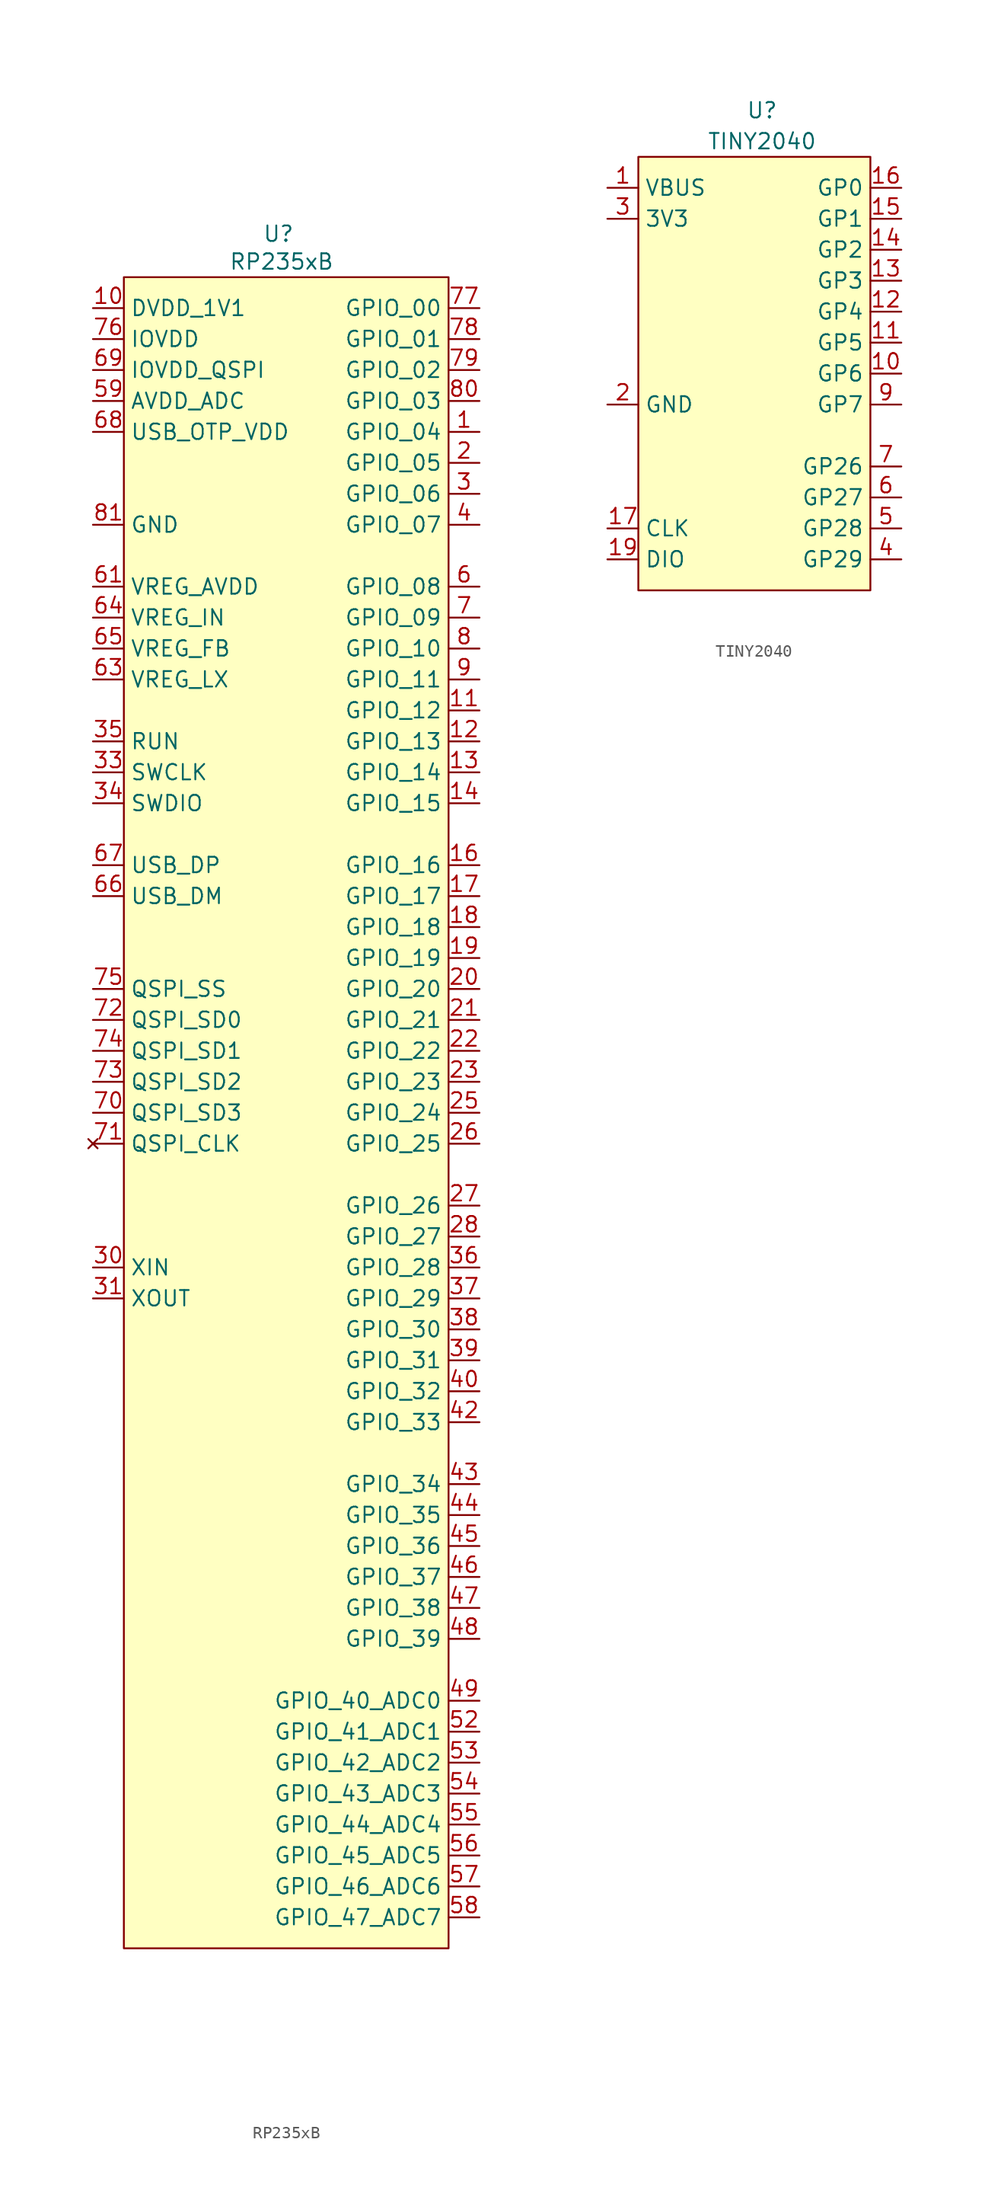
<source format=kicad_sym>
(kicad_symbol_lib
  (version 20231120)
  (generator "kicad_symbol_editor")
  (generator_version "8.0")
  (symbol "RP235xB"
    (property "Reference" "U"
      (at 0 3.556 0)
      (effects (font (size 1.27 1.27))))
    (property "Value" "RP235xB"
      (at 0.254 1.27 0)
      (effects (font (size 1.27 1.27))))
    (symbol "RP235xB_1_1"
      (rectangle (start -12.7 0) (end 13.97 -137.16) (stroke (width 0) (type default)) (fill (type background)))
      (pin bidirectional line (at 16.51 -12.7 180) (length 2.54) (name "GPIO_04" (effects (font (size 1.27 1.27)))) (number "1" (effects (font (size 1.27 1.27)))))
      (pin input line (at -15.24 -2.54 0) (length 2.54) (name "DVDD_1V1" (effects (font (size 1.27 1.27)))) (number "10" (effects (font (size 1.27 1.27)))))
      (pin bidirectional line (at 16.51 -35.56 180) (length 2.54) (name "GPIO_12" (effects (font (size 1.27 1.27)))) (number "11" (effects (font (size 1.27 1.27)))))
      (pin bidirectional line (at 16.51 -38.1 180) (length 2.54) (name "GPIO_13" (effects (font (size 1.27 1.27)))) (number "12" (effects (font (size 1.27 1.27)))))
      (pin bidirectional line (at 16.51 -40.64 180) (length 2.54) (name "GPIO_14" (effects (font (size 1.27 1.27)))) (number "13" (effects (font (size 1.27 1.27)))))
      (pin bidirectional line (at 16.51 -43.18 180) (length 2.54) (name "GPIO_15" (effects (font (size 1.27 1.27)))) (number "14" (effects (font (size 1.27 1.27)))))
      (pin passive line (at -15.24 -5.08 0) (length 2.54) hide (name "IOVDD" (effects (font (size 1.27 1.27)))) (number "15" (effects (font (size 1.27 1.27)))))
      (pin bidirectional line (at 16.51 -48.26 180) (length 2.54) (name "GPIO_16" (effects (font (size 1.27 1.27)))) (number "16" (effects (font (size 1.27 1.27)))))
      (pin bidirectional line (at 16.51 -50.8 180) (length 2.54) (name "GPIO_17" (effects (font (size 1.27 1.27)))) (number "17" (effects (font (size 1.27 1.27)))))
      (pin bidirectional line (at 16.51 -53.34 180) (length 2.54) (name "GPIO_18" (effects (font (size 1.27 1.27)))) (number "18" (effects (font (size 1.27 1.27)))))
      (pin bidirectional line (at 16.51 -55.88 180) (length 2.54) (name "GPIO_19" (effects (font (size 1.27 1.27)))) (number "19" (effects (font (size 1.27 1.27)))))
      (pin bidirectional line (at 16.51 -15.24 180) (length 2.54) (name "GPIO_05" (effects (font (size 1.27 1.27)))) (number "2" (effects (font (size 1.27 1.27)))))
      (pin bidirectional line (at 16.51 -58.42 180) (length 2.54) (name "GPIO_20" (effects (font (size 1.27 1.27)))) (number "20" (effects (font (size 1.27 1.27)))))
      (pin bidirectional line (at 16.51 -60.96 180) (length 2.54) (name "GPIO_21" (effects (font (size 1.27 1.27)))) (number "21" (effects (font (size 1.27 1.27)))))
      (pin bidirectional line (at 16.51 -63.5 180) (length 2.54) (name "GPIO_22" (effects (font (size 1.27 1.27)))) (number "22" (effects (font (size 1.27 1.27)))))
      (pin bidirectional line (at 16.51 -66.04 180) (length 2.54) (name "GPIO_23" (effects (font (size 1.27 1.27)))) (number "23" (effects (font (size 1.27 1.27)))))
      (pin passive line (at -15.24 -5.08 0) (length 2.54) hide (name "IOVDD" (effects (font (size 1.27 1.27)))) (number "24" (effects (font (size 1.27 1.27)))))
      (pin bidirectional line (at 16.51 -68.58 180) (length 2.54) (name "GPIO_24" (effects (font (size 1.27 1.27)))) (number "25" (effects (font (size 1.27 1.27)))))
      (pin bidirectional line (at 16.51 -71.12 180) (length 2.54) (name "GPIO_25" (effects (font (size 1.27 1.27)))) (number "26" (effects (font (size 1.27 1.27)))))
      (pin bidirectional line (at 16.51 -76.2 180) (length 2.54) (name "GPIO_26" (effects (font (size 1.27 1.27)))) (number "27" (effects (font (size 1.27 1.27)))))
      (pin bidirectional line (at 16.51 -78.74 180) (length 2.54) (name "GPIO_27" (effects (font (size 1.27 1.27)))) (number "28" (effects (font (size 1.27 1.27)))))
      (pin passive line (at -15.24 -5.08 0) (length 2.54) hide (name "IOVDD" (effects (font (size 1.27 1.27)))) (number "29" (effects (font (size 1.27 1.27)))))
      (pin bidirectional line (at 16.51 -17.78 180) (length 2.54) (name "GPIO_06" (effects (font (size 1.27 1.27)))) (number "3" (effects (font (size 1.27 1.27)))))
      (pin input line (at -15.24 -81.28 0) (length 2.54) (name "XIN" (effects (font (size 1.27 1.27)))) (number "30" (effects (font (size 1.27 1.27)))))
      (pin output line (at -15.24 -83.82 0) (length 2.54) (name "XOUT" (effects (font (size 1.27 1.27)))) (number "31" (effects (font (size 1.27 1.27)))))
      (pin input line (at -15.24 -2.54 0) (length 2.54) hide (name "DVDD_1V1" (effects (font (size 1.27 1.27)))) (number "32" (effects (font (size 1.27 1.27)))))
      (pin input line (at -15.24 -40.64 0) (length 2.54) (name "SWCLK" (effects (font (size 1.27 1.27)))) (number "33" (effects (font (size 1.27 1.27)))))
      (pin bidirectional line (at -15.24 -43.18 0) (length 2.54) (name "SWDIO" (effects (font (size 1.27 1.27)))) (number "34" (effects (font (size 1.27 1.27)))))
      (pin input line (at -15.24 -38.1 0) (length 2.54) (name "RUN" (effects (font (size 1.27 1.27)))) (number "35" (effects (font (size 1.27 1.27)))))
      (pin bidirectional line (at 16.51 -81.28 180) (length 2.54) (name "GPIO_28" (effects (font (size 1.27 1.27)))) (number "36" (effects (font (size 1.27 1.27)))))
      (pin bidirectional line (at 16.51 -83.82 180) (length 2.54) (name "GPIO_29" (effects (font (size 1.27 1.27)))) (number "37" (effects (font (size 1.27 1.27)))))
      (pin bidirectional line (at 16.51 -86.36 180) (length 2.54) (name "GPIO_30" (effects (font (size 1.27 1.27)))) (number "38" (effects (font (size 1.27 1.27)))))
      (pin bidirectional line (at 16.51 -88.9 180) (length 2.54) (name "GPIO_31" (effects (font (size 1.27 1.27)))) (number "39" (effects (font (size 1.27 1.27)))))
      (pin bidirectional line (at 16.51 -20.32 180) (length 2.54) (name "GPIO_07" (effects (font (size 1.27 1.27)))) (number "4" (effects (font (size 1.27 1.27)))))
      (pin bidirectional line (at 16.51 -91.44 180) (length 2.54) (name "GPIO_32" (effects (font (size 1.27 1.27)))) (number "40" (effects (font (size 1.27 1.27)))))
      (pin passive line (at -15.24 -5.08 0) (length 2.54) hide (name "IOVDD" (effects (font (size 1.27 1.27)))) (number "41" (effects (font (size 1.27 1.27)))))
      (pin bidirectional line (at 16.51 -93.98 180) (length 2.54) (name "GPIO_33" (effects (font (size 1.27 1.27)))) (number "42" (effects (font (size 1.27 1.27)))))
      (pin bidirectional line (at 16.51 -99.06 180) (length 2.54) (name "GPIO_34" (effects (font (size 1.27 1.27)))) (number "43" (effects (font (size 1.27 1.27)))))
      (pin bidirectional line (at 16.51 -101.6 180) (length 2.54) (name "GPIO_35" (effects (font (size 1.27 1.27)))) (number "44" (effects (font (size 1.27 1.27)))))
      (pin bidirectional line (at 16.51 -104.14 180) (length 2.54) (name "GPIO_36" (effects (font (size 1.27 1.27)))) (number "45" (effects (font (size 1.27 1.27)))))
      (pin bidirectional line (at 16.51 -106.68 180) (length 2.54) (name "GPIO_37" (effects (font (size 1.27 1.27)))) (number "46" (effects (font (size 1.27 1.27)))))
      (pin bidirectional line (at 16.51 -109.22 180) (length 2.54) (name "GPIO_38" (effects (font (size 1.27 1.27)))) (number "47" (effects (font (size 1.27 1.27)))))
      (pin bidirectional line (at 16.51 -111.76 180) (length 2.54) (name "GPIO_39" (effects (font (size 1.27 1.27)))) (number "48" (effects (font (size 1.27 1.27)))))
      (pin bidirectional line (at 16.51 -116.84 180) (length 2.54) (name "GPIO_40_ADC0" (effects (font (size 1.27 1.27)))) (number "49" (effects (font (size 1.27 1.27)))))
      (pin power_in line (at -15.24 -5.08 0) (length 2.54) hide (name "IOVDD" (effects (font (size 1.27 1.27)))) (number "5" (effects (font (size 1.27 1.27)))))
      (pin passive line (at -15.24 -5.08 0) (length 2.54) hide (name "IOVDD" (effects (font (size 1.27 1.27)))) (number "50" (effects (font (size 1.27 1.27)))))
      (pin input line (at -15.24 -2.54 0) (length 2.54) hide (name "DVDD_1V1" (effects (font (size 1.27 1.27)))) (number "51" (effects (font (size 1.27 1.27)))))
      (pin bidirectional line (at 16.51 -119.38 180) (length 2.54) (name "GPIO_41_ADC1" (effects (font (size 1.27 1.27)))) (number "52" (effects (font (size 1.27 1.27)))))
      (pin bidirectional line (at 16.51 -121.92 180) (length 2.54) (name "GPIO_42_ADC2" (effects (font (size 1.27 1.27)))) (number "53" (effects (font (size 1.27 1.27)))))
      (pin bidirectional line (at 16.51 -124.46 180) (length 2.54) (name "GPIO_43_ADC3" (effects (font (size 1.27 1.27)))) (number "54" (effects (font (size 1.27 1.27)))))
      (pin bidirectional line (at 16.51 -127 180) (length 2.54) (name "GPIO_44_ADC4" (effects (font (size 1.27 1.27)))) (number "55" (effects (font (size 1.27 1.27)))))
      (pin bidirectional line (at 16.51 -129.54 180) (length 2.54) (name "GPIO_45_ADC5" (effects (font (size 1.27 1.27)))) (number "56" (effects (font (size 1.27 1.27)))))
      (pin bidirectional line (at 16.51 -132.08 180) (length 2.54) (name "GPIO_46_ADC6" (effects (font (size 1.27 1.27)))) (number "57" (effects (font (size 1.27 1.27)))))
      (pin bidirectional line (at 16.51 -134.62 180) (length 2.54) (name "GPIO_47_ADC7" (effects (font (size 1.27 1.27)))) (number "58" (effects (font (size 1.27 1.27)))))
      (pin input line (at -15.24 -10.16 0) (length 2.54) (name "AVDD_ADC" (effects (font (size 1.27 1.27)))) (number "59" (effects (font (size 1.27 1.27)))))
      (pin bidirectional line (at 16.51 -25.4 180) (length 2.54) (name "GPIO_08" (effects (font (size 1.27 1.27)))) (number "6" (effects (font (size 1.27 1.27)))))
      (pin passive line (at -15.24 -5.08 0) (length 2.54) hide (name "IOVDD" (effects (font (size 1.27 1.27)))) (number "60" (effects (font (size 1.27 1.27)))))
      (pin input line (at -15.24 -25.4 0) (length 2.54) (name "VREG_AVDD" (effects (font (size 1.27 1.27)))) (number "61" (effects (font (size 1.27 1.27)))))
      (pin passive line (at -15.24 -20.32 0) (length 2.54) hide (name "GND" (effects (font (size 1.27 1.27)))) (number "62" (effects (font (size 1.27 1.27)))))
      (pin input line (at -15.24 -33.02 0) (length 2.54) (name "VREG_LX" (effects (font (size 1.27 1.27)))) (number "63" (effects (font (size 1.27 1.27)))))
      (pin input line (at -15.24 -27.94 0) (length 2.54) (name "VREG_IN" (effects (font (size 1.27 1.27)))) (number "64" (effects (font (size 1.27 1.27)))))
      (pin input line (at -15.24 -30.48 0) (length 2.54) (name "VREG_FB" (effects (font (size 1.27 1.27)))) (number "65" (effects (font (size 1.27 1.27)))))
      (pin bidirectional line (at -15.24 -50.8 0) (length 2.54) (name "USB_DM" (effects (font (size 1.27 1.27)))) (number "66" (effects (font (size 1.27 1.27)))))
      (pin bidirectional line (at -15.24 -48.26 0) (length 2.54) (name "USB_DP" (effects (font (size 1.27 1.27)))) (number "67" (effects (font (size 1.27 1.27)))))
      (pin input line (at -15.24 -12.7 0) (length 2.54) (name "USB_OTP_VDD" (effects (font (size 1.27 1.27)))) (number "68" (effects (font (size 1.27 1.27)))))
      (pin power_in line (at -15.24 -7.62 0) (length 2.54) (name "IOVDD_QSPI" (effects (font (size 1.27 1.27)))) (number "69" (effects (font (size 1.27 1.27)))))
      (pin bidirectional line (at 16.51 -27.94 180) (length 2.54) (name "GPIO_09" (effects (font (size 1.27 1.27)))) (number "7" (effects (font (size 1.27 1.27)))))
      (pin bidirectional line (at -15.24 -68.58 0) (length 2.54) (name "QSPI_SD3" (effects (font (size 1.27 1.27)))) (number "70" (effects (font (size 1.27 1.27)))))
      (pin no_connect line (at -15.24 -71.12 0) (length 2.54) (name "QSPI_CLK" (effects (font (size 1.27 1.27)))) (number "71" (effects (font (size 1.27 1.27)))))
      (pin bidirectional line (at -15.24 -60.96 0) (length 2.54) (name "QSPI_SD0" (effects (font (size 1.27 1.27)))) (number "72" (effects (font (size 1.27 1.27)))))
      (pin bidirectional line (at -15.24 -66.04 0) (length 2.54) (name "QSPI_SD2" (effects (font (size 1.27 1.27)))) (number "73" (effects (font (size 1.27 1.27)))))
      (pin bidirectional line (at -15.24 -63.5 0) (length 2.54) (name "QSPI_SD1" (effects (font (size 1.27 1.27)))) (number "74" (effects (font (size 1.27 1.27)))))
      (pin output line (at -15.24 -58.42 0) (length 2.54) (name "QSPI_SS" (effects (font (size 1.27 1.27)))) (number "75" (effects (font (size 1.27 1.27)))))
      (pin passive line (at -15.24 -5.08 0) (length 2.54) (name "IOVDD" (effects (font (size 1.27 1.27)))) (number "76" (effects (font (size 1.27 1.27)))))
      (pin bidirectional line (at 16.51 -2.54 180) (length 2.54) (name "GPIO_00" (effects (font (size 1.27 1.27)))) (number "77" (effects (font (size 1.27 1.27)))))
      (pin bidirectional line (at 16.51 -5.08 180) (length 2.54) (name "GPIO_01" (effects (font (size 1.27 1.27)))) (number "78" (effects (font (size 1.27 1.27)))))
      (pin bidirectional line (at 16.51 -7.62 180) (length 2.54) (name "GPIO_02" (effects (font (size 1.27 1.27)))) (number "79" (effects (font (size 1.27 1.27)))))
      (pin bidirectional line (at 16.51 -30.48 180) (length 2.54) (name "GPIO_10" (effects (font (size 1.27 1.27)))) (number "8" (effects (font (size 1.27 1.27)))))
      (pin bidirectional line (at 16.51 -10.16 180) (length 2.54) (name "GPIO_03" (effects (font (size 1.27 1.27)))) (number "80" (effects (font (size 1.27 1.27)))))
      (pin passive line (at -15.24 -20.32 0) (length 2.54) (name "GND" (effects (font (size 1.27 1.27)))) (number "81" (effects (font (size 1.27 1.27)))))
      (pin bidirectional line (at 16.51 -33.02 180) (length 2.54) (name "GPIO_11" (effects (font (size 1.27 1.27)))) (number "9" (effects (font (size 1.27 1.27)))))))
  (symbol "TINY2040"
    (property "Reference" "U"
      (at 0 15.24 0)
      (effects (font (size 1.27 1.27))))
    (property "Value" "TINY2040"
      (at 0 12.7 0)
      (effects (font (size 1.27 1.27))))
    (symbol "TINY2040_1_1"
      (rectangle (start -10.16 11.43) (end 8.89 -24.13) (stroke (width 0) (type default)) (fill (type background)))
      (pin power_out line (at -12.7 8.89 0) (length 2.54) (name "VBUS" (effects (font (size 1.27 1.27)))) (number "1" (effects (font (size 1.27 1.27)))))
      (pin bidirectional line (at 11.43 -6.35 180) (length 2.54) (name "GP6" (effects (font (size 1.27 1.27)))) (number "10" (effects (font (size 1.27 1.27)))))
      (pin bidirectional line (at 11.43 -3.81 180) (length 2.54) (name "GP5" (effects (font (size 1.27 1.27)))) (number "11" (effects (font (size 1.27 1.27)))))
      (pin bidirectional line (at 11.43 -1.27 180) (length 2.54) (name "GP4" (effects (font (size 1.27 1.27)))) (number "12" (effects (font (size 1.27 1.27)))))
      (pin bidirectional line (at 11.43 1.27 180) (length 2.54) (name "GP3" (effects (font (size 1.27 1.27)))) (number "13" (effects (font (size 1.27 1.27)))))
      (pin bidirectional line (at 11.43 3.81 180) (length 2.54) (name "GP2" (effects (font (size 1.27 1.27)))) (number "14" (effects (font (size 1.27 1.27)))))
      (pin bidirectional line (at 11.43 6.35 180) (length 2.54) (name "GP1" (effects (font (size 1.27 1.27)))) (number "15" (effects (font (size 1.27 1.27)))))
      (pin bidirectional line (at 11.43 8.89 180) (length 2.54) (name "GP0" (effects (font (size 1.27 1.27)))) (number "16" (effects (font (size 1.27 1.27)))))
      (pin bidirectional line (at -12.7 -19.05 0) (length 2.54) (name "CLK" (effects (font (size 1.27 1.27)))) (number "17" (effects (font (size 1.27 1.27)))))
      (pin passive line (at -12.7 -8.89 0) (length 2.54) hide (name "GND" (effects (font (size 1.27 1.27)))) (number "18" (effects (font (size 1.27 1.27)))))
      (pin bidirectional line (at -12.7 -21.59 0) (length 2.54) (name "DIO" (effects (font (size 1.27 1.27)))) (number "19" (effects (font (size 1.27 1.27)))))
      (pin input line (at -12.7 -8.89 0) (length 2.54) (name "GND" (effects (font (size 1.27 1.27)))) (number "2" (effects (font (size 1.27 1.27)))))
      (pin power_out line (at -12.7 6.35 0) (length 2.54) (name "3V3" (effects (font (size 1.27 1.27)))) (number "3" (effects (font (size 1.27 1.27)))))
      (pin bidirectional line (at 11.43 -21.59 180) (length 2.54) (name "GP29" (effects (font (size 1.27 1.27)))) (number "4" (effects (font (size 1.27 1.27)))))
      (pin bidirectional line (at 11.43 -19.05 180) (length 2.54) (name "GP28" (effects (font (size 1.27 1.27)))) (number "5" (effects (font (size 1.27 1.27)))))
      (pin bidirectional line (at 11.43 -16.51 180) (length 2.54) (name "GP27" (effects (font (size 1.27 1.27)))) (number "6" (effects (font (size 1.27 1.27)))))
      (pin bidirectional line (at 11.43 -13.97 180) (length 2.54) (name "GP26" (effects (font (size 1.27 1.27)))) (number "7" (effects (font (size 1.27 1.27)))))
      (pin passive line (at -12.7 -8.89 0) (length 2.54) hide (name "GND" (effects (font (size 1.27 1.27)))) (number "8" (effects (font (size 1.27 1.27)))))
      (pin bidirectional line (at 11.43 -8.89 180) (length 2.54) (name "GP7" (effects (font (size 1.27 1.27)))) (number "9" (effects (font (size 1.27 1.27))))))))
</source>
